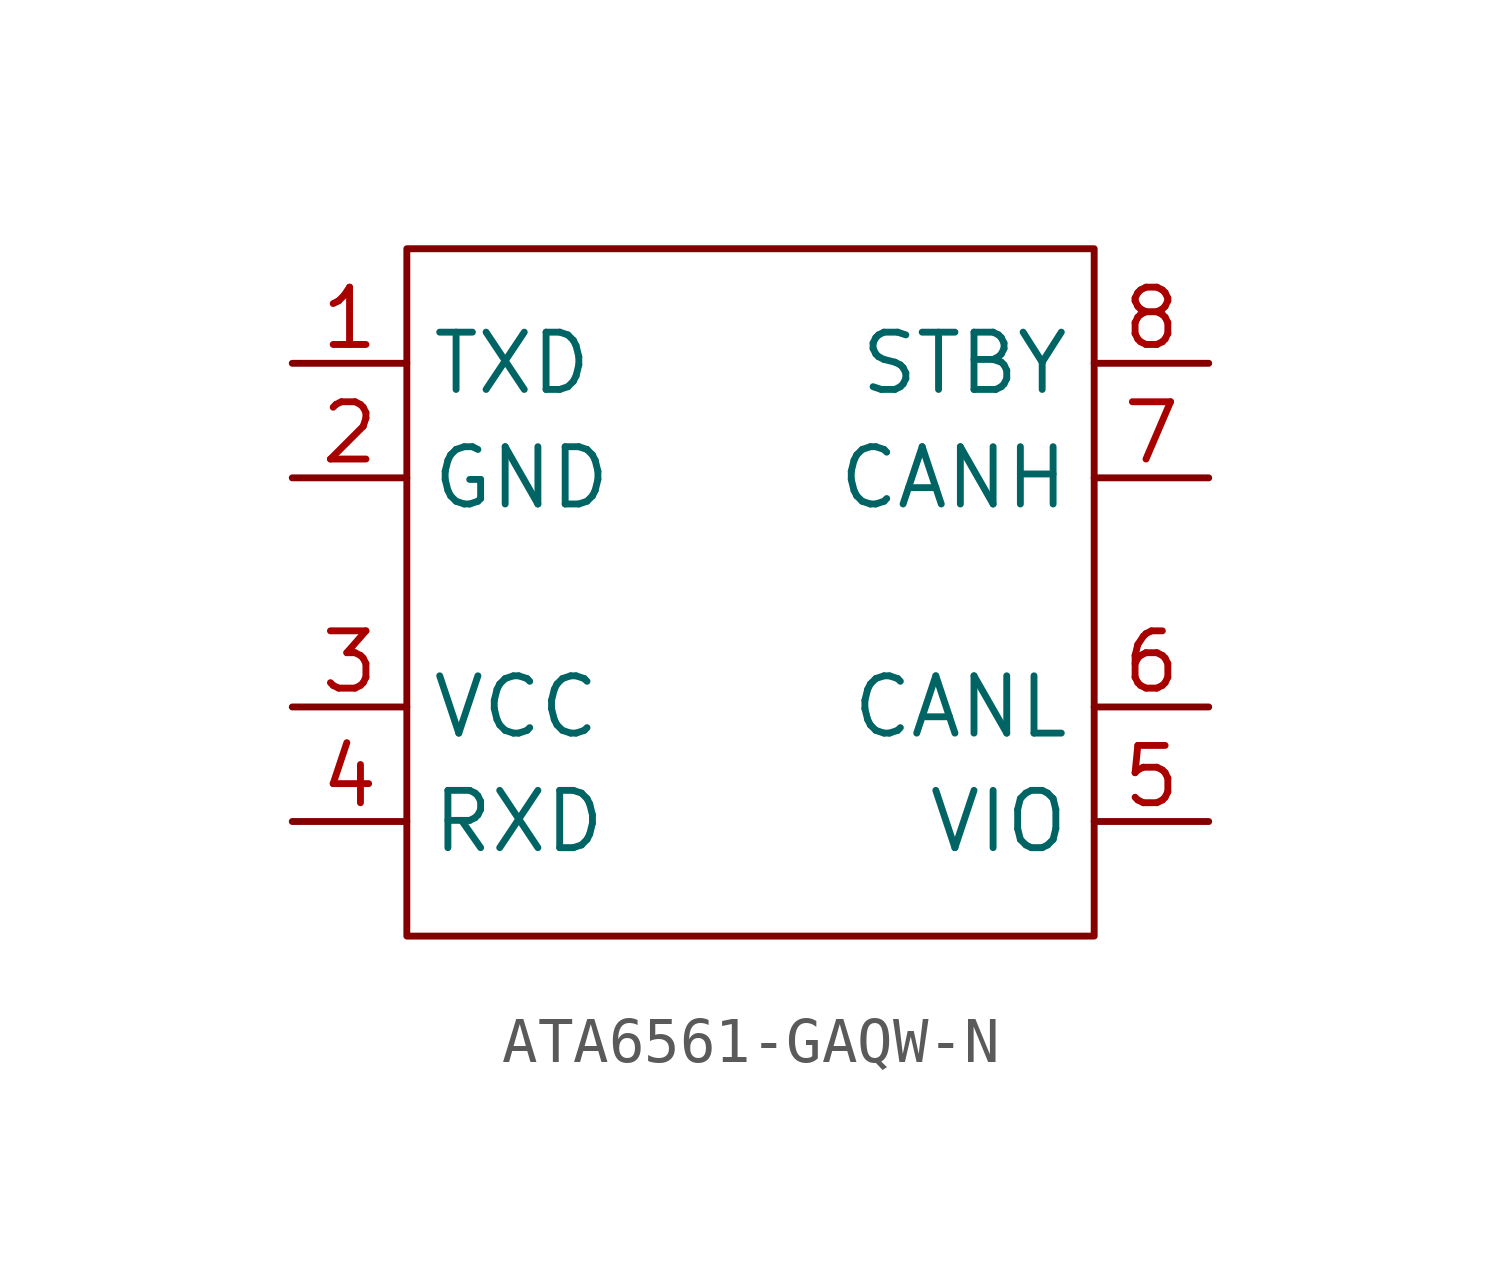
<source format=kicad_sym>
(kicad_symbol_lib
  (version 20241209)
  (generator "kicad_symbol_editor")
  (generator_version "9.0")
  (symbol "ATA6561-GAQW-N"
    (property "Reference" "U"
      (at 1.27 0 0)
      (effects (font (size 1.27 1.27)) (hide yes)))
    (property "Value" ""
      (at 0 0 0)
      (effects (font (size 1.27 1.27))))
    (symbol "ATA6561-GAQW-N_0_1"
      (rectangle (start -7.62 7.62) (end 7.62 -7.62) (stroke (width 0) (type default)) (fill (type none))))
    (symbol "ATA6561-GAQW-N_1_1"
      (pin input line (at -10.16 5.08 0) (length 2.54) (name "TXD" (effects (font (size 1.27 1.27)))) (number "1" (effects (font (size 1.27 1.27)))))
      (pin input line (at -10.16 2.54 0) (length 2.54) (name "GND" (effects (font (size 1.27 1.27)))) (number "2" (effects (font (size 1.27 1.27)))))
      (pin input line (at -10.16 -2.54 0) (length 2.54) (name "VCC" (effects (font (size 1.27 1.27)))) (number "3" (effects (font (size 1.27 1.27)))))
      (pin input line (at -10.16 -5.08 0) (length 2.54) (name "RXD" (effects (font (size 1.27 1.27)))) (number "4" (effects (font (size 1.27 1.27)))))
      (pin input line (at 10.16 5.08 180) (length 2.54) (name "STBY" (effects (font (size 1.27 1.27)))) (number "8" (effects (font (size 1.27 1.27)))))
      (pin output line (at 10.16 2.54 180) (length 2.54) (name "CANH" (effects (font (size 1.27 1.27)))) (number "7" (effects (font (size 1.27 1.27)))))
      (pin output line (at 10.16 -2.54 180) (length 2.54) (name "CANL" (effects (font (size 1.27 1.27)))) (number "6" (effects (font (size 1.27 1.27)))))
      (pin input line (at 10.16 -5.08 180) (length 2.54) (name "VIO" (effects (font (size 1.27 1.27)))) (number "5" (effects (font (size 1.27 1.27))))))))
</source>
